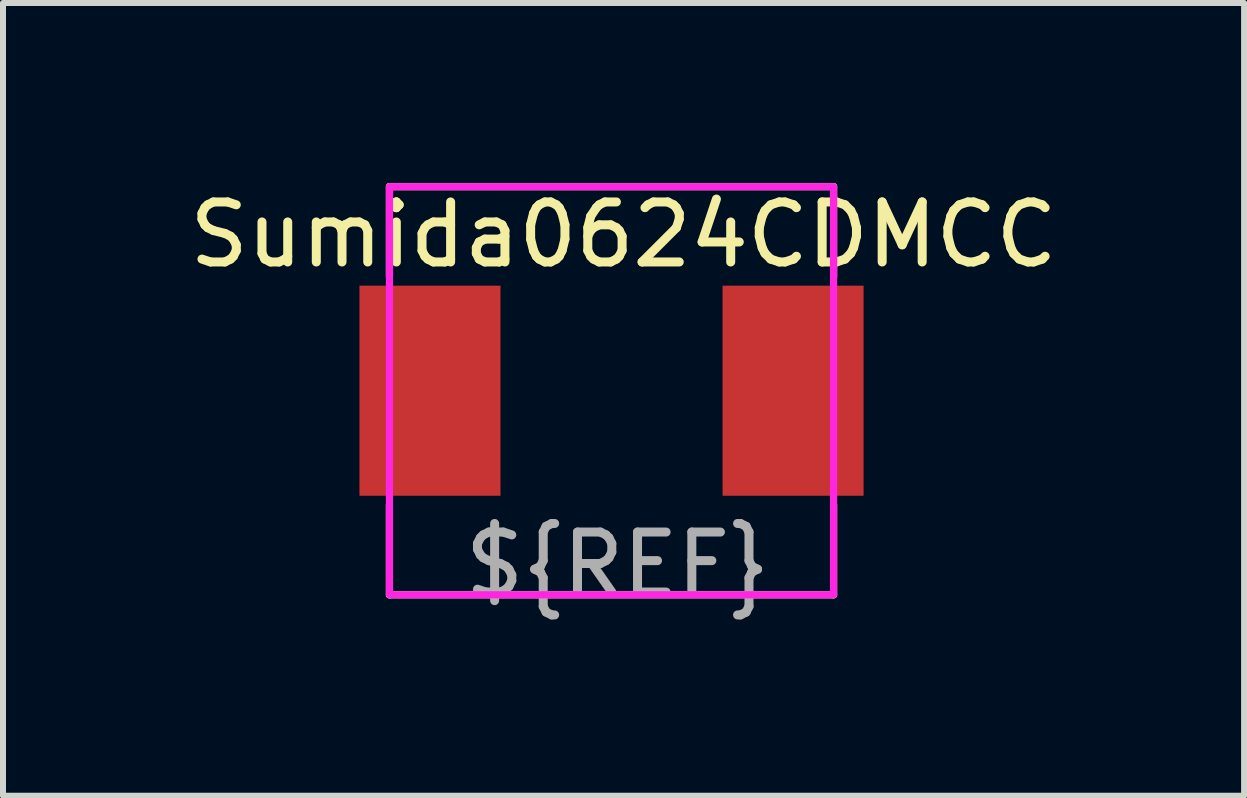
<source format=kicad_pcb>
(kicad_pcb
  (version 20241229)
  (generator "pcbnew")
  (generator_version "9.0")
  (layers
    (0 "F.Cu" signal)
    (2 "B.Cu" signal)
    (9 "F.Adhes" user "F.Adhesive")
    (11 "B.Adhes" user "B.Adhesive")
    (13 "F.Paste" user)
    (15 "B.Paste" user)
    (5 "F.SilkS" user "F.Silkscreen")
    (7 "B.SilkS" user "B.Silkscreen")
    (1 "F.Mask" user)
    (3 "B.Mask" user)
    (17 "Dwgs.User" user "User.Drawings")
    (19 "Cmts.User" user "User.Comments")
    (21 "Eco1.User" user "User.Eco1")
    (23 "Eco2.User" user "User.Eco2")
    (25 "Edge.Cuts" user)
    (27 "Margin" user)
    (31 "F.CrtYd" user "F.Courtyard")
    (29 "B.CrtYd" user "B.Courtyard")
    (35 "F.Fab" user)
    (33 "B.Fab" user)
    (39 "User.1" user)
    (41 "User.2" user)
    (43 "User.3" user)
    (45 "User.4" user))
  (footprint "Sumida0624CDMCC"
    (layer "F.Cu")
    (at 7.139 3.46)
    (property "Reference" "Sumida0624CDMCC" (at 0.2 -2.6 0) (unlocked yes) (layer "F.SilkS") (effects (font (size 1 1) (thickness 0.15))))
    (fp_line (start -3.7 -3.4) (end -3.7 -1.9) (stroke (width 0.12) (type solid)) (layer "F.SilkS"))
    (fp_line (start -3.7 3.4) (end -3.7 1.9) (stroke (width 0.12) (type solid)) (layer "F.SilkS"))
    (fp_line (start 3.7 -3.4) (end -3.7 -3.4) (stroke (width 0.12) (type solid)) (layer "F.SilkS"))
    (fp_line (start 3.7 -1.9) (end 3.7 -3.4) (stroke (width 0.12) (type solid)) (layer "F.SilkS"))
    (fp_line (start 3.7 1.9) (end 3.7 3.4) (stroke (width 0.12) (type solid)) (layer "F.SilkS"))
    (fp_line (start 3.7 3.4) (end -3.7 3.4) (stroke (width 0.12) (type solid)) (layer "F.SilkS"))
    (fp_rect (start -3.7 -3.4) (end 3.7 3.4) (stroke (width 0.12) (type solid)) (fill no) (layer "F.CrtYd"))
    (fp_text user "${REF}" (at 0.1 2.9 0) (unlocked yes) (layer "F.Fab") (effects (font (size 1 1) (thickness 0.15))))
    (pad "1" smd rect (at -3.025 0 90) (size 3.5 2.35) (layers "F.Cu" "F.Mask" "F.Paste"))
    (pad "2" smd rect (at 3.025 0 90) (size 3.5 2.35) (layers "F.Cu" "F.Mask" "F.Paste")))
  (gr_rect
    (start -3 -3)
    (end 17.679 10.208)
    (stroke (width 0.1) (type default))
    (fill no)
    (layer "Edge.Cuts")))
</source>
